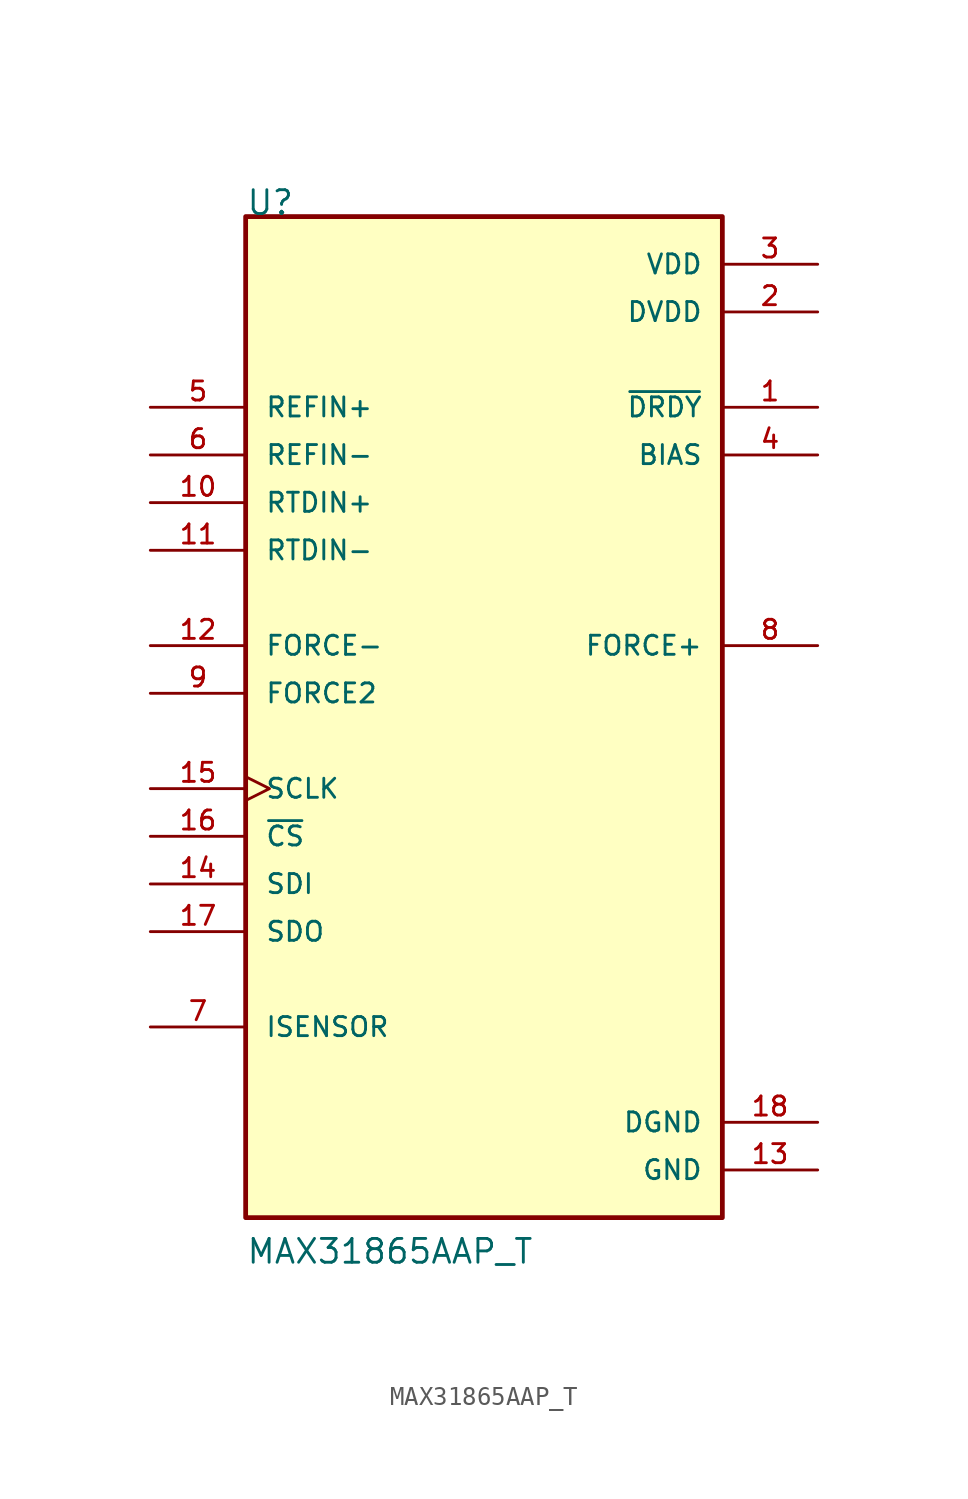
<source format=kicad_sym>
(kicad_symbol_lib
  (version 20211014)
  (generator kicad_symbol_editor)
  (symbol "MAX31865AAP_T"
    (pin_names
      (offset 1.016))
    (property "Reference" "U"
      (at -12.7 25.4 0)
      (effects (font (size 1.27 1.27)) (justify bottom left)))
    (property "Value" "MAX31865AAP_T"
      (at -12.7 -30.48 0)
      (effects (font (size 1.27 1.27)) (justify bottom left)))
    (symbol "MAX31865AAP_T_0_0"
      (rectangle (start -12.7 -27.94) (end 12.7 25.4) (stroke (width 0.254)) (fill (type background)))
      (pin output line (at 17.78 15.24 180.0) (length 5.08) (name "~{DRDY}" (effects (font (size 1.016 1.016)))) (number "1" (effects (font (size 1.016 1.016)))))
      (pin power_in line (at 17.78 20.32 180.0) (length 5.08) (name "DVDD" (effects (font (size 1.016 1.016)))) (number "2" (effects (font (size 1.016 1.016)))))
      (pin power_in line (at 17.78 22.86 180.0) (length 5.08) (name "VDD" (effects (font (size 1.016 1.016)))) (number "3" (effects (font (size 1.016 1.016)))))
      (pin output line (at 17.78 12.7 180.0) (length 5.08) (name "BIAS" (effects (font (size 1.016 1.016)))) (number "4" (effects (font (size 1.016 1.016)))))
      (pin input line (at -17.78 15.24 0) (length 5.08) (name "REFIN+" (effects (font (size 1.016 1.016)))) (number "5" (effects (font (size 1.016 1.016)))))
      (pin input line (at -17.78 12.7 0) (length 5.08) (name "REFIN-" (effects (font (size 1.016 1.016)))) (number "6" (effects (font (size 1.016 1.016)))))
      (pin input line (at -17.78 -17.78 0) (length 5.08) (name "ISENSOR" (effects (font (size 1.016 1.016)))) (number "7" (effects (font (size 1.016 1.016)))))
      (pin output line (at 17.78 2.54 180.0) (length 5.08) (name "FORCE+" (effects (font (size 1.016 1.016)))) (number "8" (effects (font (size 1.016 1.016)))))
      (pin input line (at -17.78 0.0 0) (length 5.08) (name "FORCE2" (effects (font (size 1.016 1.016)))) (number "9" (effects (font (size 1.016 1.016)))))
      (pin input line (at -17.78 10.16 0) (length 5.08) (name "RTDIN+" (effects (font (size 1.016 1.016)))) (number "10" (effects (font (size 1.016 1.016)))))
      (pin input line (at -17.78 7.62 0) (length 5.08) (name "RTDIN-" (effects (font (size 1.016 1.016)))) (number "11" (effects (font (size 1.016 1.016)))))
      (pin input line (at -17.78 2.54 0) (length 5.08) (name "FORCE-" (effects (font (size 1.016 1.016)))) (number "12" (effects (font (size 1.016 1.016)))))
      (pin input line (at -17.78 -10.16 0) (length 5.08) (name "SDI" (effects (font (size 1.016 1.016)))) (number "14" (effects (font (size 1.016 1.016)))))
      (pin input clock (at -17.78 -5.08 0) (length 5.08) (name "SCLK" (effects (font (size 1.016 1.016)))) (number "15" (effects (font (size 1.016 1.016)))))
      (pin input line (at -17.78 -7.62 0) (length 5.08) (name "~{CS}" (effects (font (size 1.016 1.016)))) (number "16" (effects (font (size 1.016 1.016)))))
      (pin output line (at -17.78 -12.7 0) (length 5.08) (name "SDO" (effects (font (size 1.016 1.016)))) (number "17" (effects (font (size 1.016 1.016)))))
      (pin power_in line (at 17.78 -22.86 180.0) (length 5.08) (name "DGND" (effects (font (size 1.016 1.016)))) (number "18" (effects (font (size 1.016 1.016)))))
      (pin power_in line (at 17.78 -25.4 180.0) (length 5.08) (name "GND" (effects (font (size 1.016 1.016)))) (number "13" (effects (font (size 1.016 1.016)))))
      (pin power_in line (at 17.78 -25.4 180.0) (length 5.08) hide (name "GND" (effects (font (size 1.016 1.016)))) (number "19" (effects (font (size 1.016 1.016))))))))
</source>
